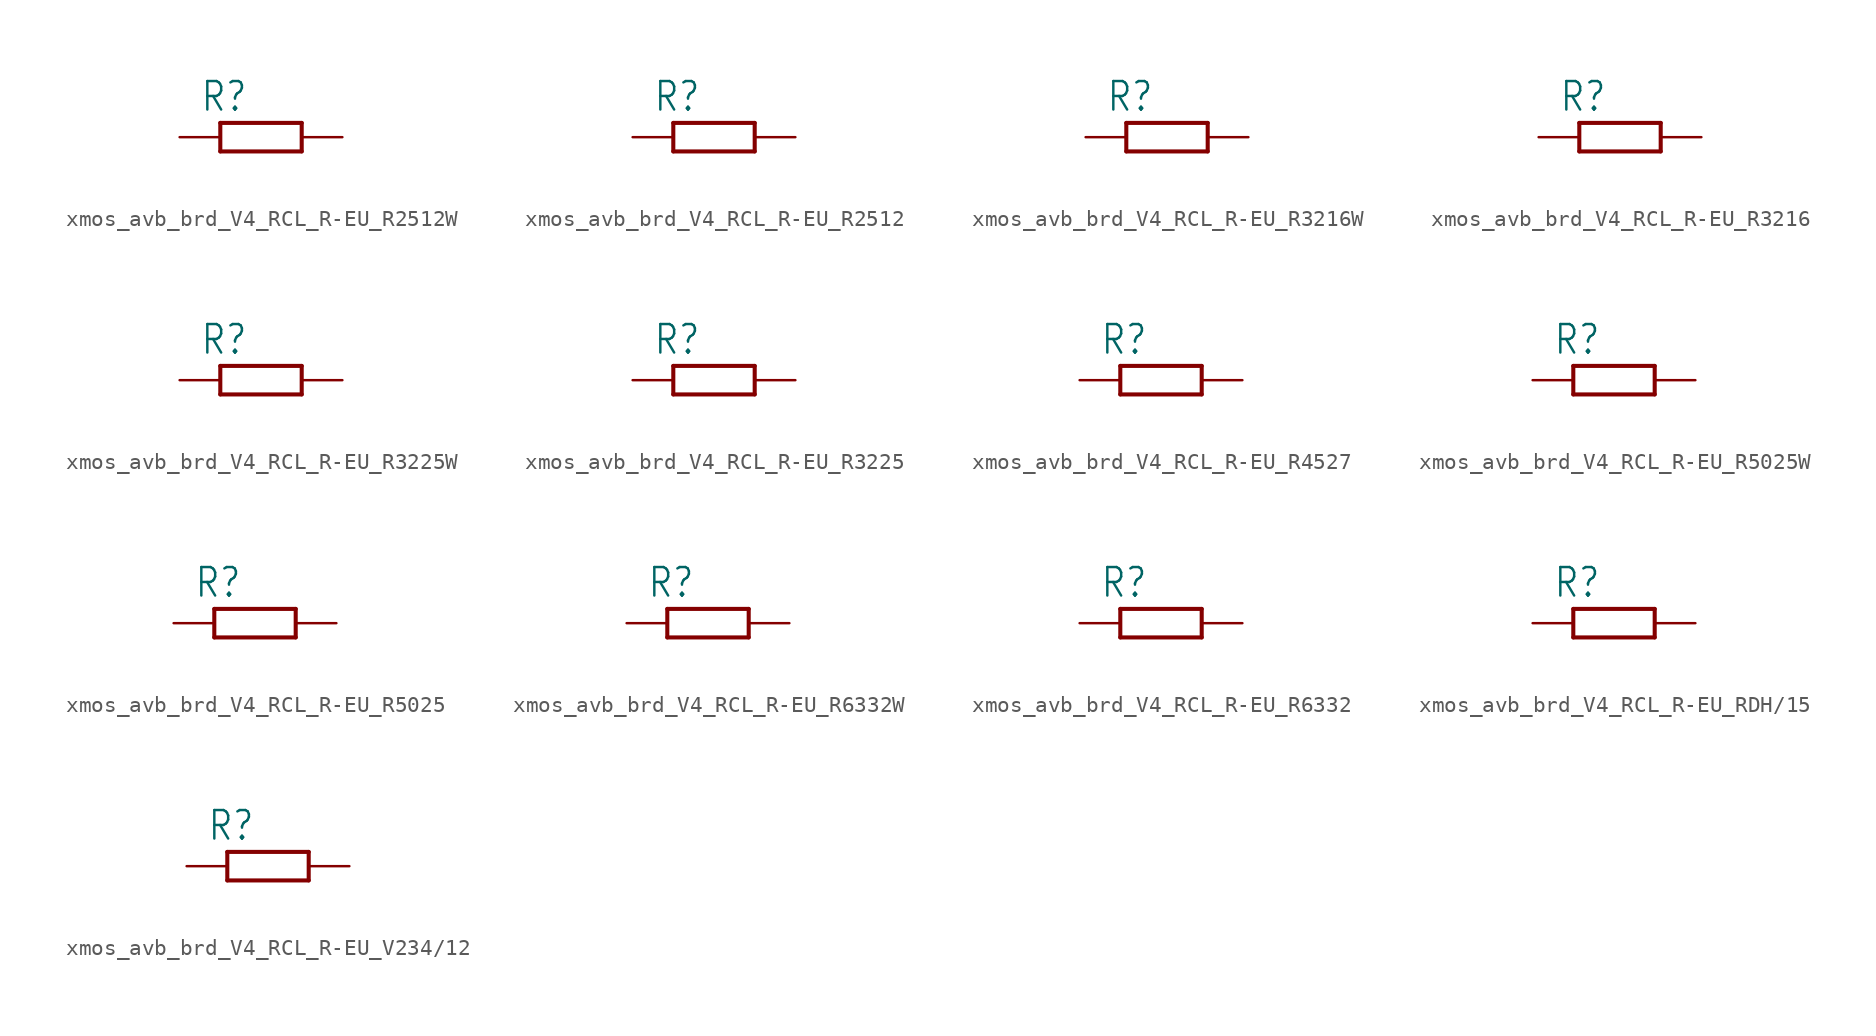
<source format=kicad_sym>
(kicad_symbol_lib
  (version 20241209)
  (generator "kicad_symbol_editor")
  (generator_version "9.0")
  (symbol "xmos_avb_brd_V4_RCL_R-EU_R2512W"
    (property "Reference" "R"
      (at -3.81 1.499 0)
      (effects (font (size 1.778 1.511)) (justify left bottom)))
    (property "Value" ""
      (at -3.81 -3.302 0)
      (effects (font (size 1.778 1.511)) (justify left bottom)))
    (property "ki_locked" ""
      (at 0 0 0)
      (effects (font (size 1.27 1.27))))
    (symbol "xmos_avb_brd_V4_RCL_R-EU_R2512W_1_0"
      (polyline (pts (xy -2.54 -0.889) (xy -2.54 0.889)) (stroke (width 0.254) (type solid)) (fill (type none)))
      (polyline (pts (xy -2.54 -0.889) (xy 2.54 -0.889)) (stroke (width 0.254) (type solid)) (fill (type none)))
      (polyline (pts (xy 2.54 0.889) (xy -2.54 0.889)) (stroke (width 0.254) (type solid)) (fill (type none)))
      (polyline (pts (xy 2.54 -0.889) (xy 2.54 0.889)) (stroke (width 0.254) (type solid)) (fill (type none)))
      (pin passive line (at -5.08 0 0) (length 2.54) (name "1" (effects (font (size 0 0)))) (number "1" (effects (font (size 0 0)))))
      (pin passive line (at 5.08 0 180) (length 2.54) (name "2" (effects (font (size 0 0)))) (number "2" (effects (font (size 0 0)))))))
  (symbol "xmos_avb_brd_V4_RCL_R-EU_R2512"
    (property "Reference" "R"
      (at -3.81 1.499 0)
      (effects (font (size 1.778 1.511)) (justify left bottom)))
    (property "Value" ""
      (at -3.81 -3.302 0)
      (effects (font (size 1.778 1.511)) (justify left bottom)))
    (property "ki_locked" ""
      (at 0 0 0)
      (effects (font (size 1.27 1.27))))
    (symbol "xmos_avb_brd_V4_RCL_R-EU_R2512_1_0"
      (polyline (pts (xy -2.54 -0.889) (xy -2.54 0.889)) (stroke (width 0.254) (type solid)) (fill (type none)))
      (polyline (pts (xy -2.54 -0.889) (xy 2.54 -0.889)) (stroke (width 0.254) (type solid)) (fill (type none)))
      (polyline (pts (xy 2.54 0.889) (xy -2.54 0.889)) (stroke (width 0.254) (type solid)) (fill (type none)))
      (polyline (pts (xy 2.54 -0.889) (xy 2.54 0.889)) (stroke (width 0.254) (type solid)) (fill (type none)))
      (pin passive line (at -5.08 0 0) (length 2.54) (name "1" (effects (font (size 0 0)))) (number "1" (effects (font (size 0 0)))))
      (pin passive line (at 5.08 0 180) (length 2.54) (name "2" (effects (font (size 0 0)))) (number "2" (effects (font (size 0 0)))))))
  (symbol "xmos_avb_brd_V4_RCL_R-EU_R3216W"
    (property "Reference" "R"
      (at -3.81 1.499 0)
      (effects (font (size 1.778 1.511)) (justify left bottom)))
    (property "Value" ""
      (at -3.81 -3.302 0)
      (effects (font (size 1.778 1.511)) (justify left bottom)))
    (property "ki_locked" ""
      (at 0 0 0)
      (effects (font (size 1.27 1.27))))
    (symbol "xmos_avb_brd_V4_RCL_R-EU_R3216W_1_0"
      (polyline (pts (xy -2.54 -0.889) (xy -2.54 0.889)) (stroke (width 0.254) (type solid)) (fill (type none)))
      (polyline (pts (xy -2.54 -0.889) (xy 2.54 -0.889)) (stroke (width 0.254) (type solid)) (fill (type none)))
      (polyline (pts (xy 2.54 0.889) (xy -2.54 0.889)) (stroke (width 0.254) (type solid)) (fill (type none)))
      (polyline (pts (xy 2.54 -0.889) (xy 2.54 0.889)) (stroke (width 0.254) (type solid)) (fill (type none)))
      (pin passive line (at -5.08 0 0) (length 2.54) (name "1" (effects (font (size 0 0)))) (number "1" (effects (font (size 0 0)))))
      (pin passive line (at 5.08 0 180) (length 2.54) (name "2" (effects (font (size 0 0)))) (number "2" (effects (font (size 0 0)))))))
  (symbol "xmos_avb_brd_V4_RCL_R-EU_R3216"
    (property "Reference" "R"
      (at -3.81 1.499 0)
      (effects (font (size 1.778 1.511)) (justify left bottom)))
    (property "Value" ""
      (at -3.81 -3.302 0)
      (effects (font (size 1.778 1.511)) (justify left bottom)))
    (property "ki_locked" ""
      (at 0 0 0)
      (effects (font (size 1.27 1.27))))
    (symbol "xmos_avb_brd_V4_RCL_R-EU_R3216_1_0"
      (polyline (pts (xy -2.54 -0.889) (xy -2.54 0.889)) (stroke (width 0.254) (type solid)) (fill (type none)))
      (polyline (pts (xy -2.54 -0.889) (xy 2.54 -0.889)) (stroke (width 0.254) (type solid)) (fill (type none)))
      (polyline (pts (xy 2.54 0.889) (xy -2.54 0.889)) (stroke (width 0.254) (type solid)) (fill (type none)))
      (polyline (pts (xy 2.54 -0.889) (xy 2.54 0.889)) (stroke (width 0.254) (type solid)) (fill (type none)))
      (pin passive line (at -5.08 0 0) (length 2.54) (name "1" (effects (font (size 0 0)))) (number "1" (effects (font (size 0 0)))))
      (pin passive line (at 5.08 0 180) (length 2.54) (name "2" (effects (font (size 0 0)))) (number "2" (effects (font (size 0 0)))))))
  (symbol "xmos_avb_brd_V4_RCL_R-EU_R3225W"
    (property "Reference" "R"
      (at -3.81 1.499 0)
      (effects (font (size 1.778 1.511)) (justify left bottom)))
    (property "Value" ""
      (at -3.81 -3.302 0)
      (effects (font (size 1.778 1.511)) (justify left bottom)))
    (property "ki_locked" ""
      (at 0 0 0)
      (effects (font (size 1.27 1.27))))
    (symbol "xmos_avb_brd_V4_RCL_R-EU_R3225W_1_0"
      (polyline (pts (xy -2.54 -0.889) (xy -2.54 0.889)) (stroke (width 0.254) (type solid)) (fill (type none)))
      (polyline (pts (xy -2.54 -0.889) (xy 2.54 -0.889)) (stroke (width 0.254) (type solid)) (fill (type none)))
      (polyline (pts (xy 2.54 0.889) (xy -2.54 0.889)) (stroke (width 0.254) (type solid)) (fill (type none)))
      (polyline (pts (xy 2.54 -0.889) (xy 2.54 0.889)) (stroke (width 0.254) (type solid)) (fill (type none)))
      (pin passive line (at -5.08 0 0) (length 2.54) (name "1" (effects (font (size 0 0)))) (number "1" (effects (font (size 0 0)))))
      (pin passive line (at 5.08 0 180) (length 2.54) (name "2" (effects (font (size 0 0)))) (number "2" (effects (font (size 0 0)))))))
  (symbol "xmos_avb_brd_V4_RCL_R-EU_R3225"
    (property "Reference" "R"
      (at -3.81 1.499 0)
      (effects (font (size 1.778 1.511)) (justify left bottom)))
    (property "Value" ""
      (at -3.81 -3.302 0)
      (effects (font (size 1.778 1.511)) (justify left bottom)))
    (property "ki_locked" ""
      (at 0 0 0)
      (effects (font (size 1.27 1.27))))
    (symbol "xmos_avb_brd_V4_RCL_R-EU_R3225_1_0"
      (polyline (pts (xy -2.54 -0.889) (xy -2.54 0.889)) (stroke (width 0.254) (type solid)) (fill (type none)))
      (polyline (pts (xy -2.54 -0.889) (xy 2.54 -0.889)) (stroke (width 0.254) (type solid)) (fill (type none)))
      (polyline (pts (xy 2.54 0.889) (xy -2.54 0.889)) (stroke (width 0.254) (type solid)) (fill (type none)))
      (polyline (pts (xy 2.54 -0.889) (xy 2.54 0.889)) (stroke (width 0.254) (type solid)) (fill (type none)))
      (pin passive line (at -5.08 0 0) (length 2.54) (name "1" (effects (font (size 0 0)))) (number "1" (effects (font (size 0 0)))))
      (pin passive line (at 5.08 0 180) (length 2.54) (name "2" (effects (font (size 0 0)))) (number "2" (effects (font (size 0 0)))))))
  (symbol "xmos_avb_brd_V4_RCL_R-EU_R4527"
    (property "Reference" "R"
      (at -3.81 1.499 0)
      (effects (font (size 1.778 1.511)) (justify left bottom)))
    (property "Value" ""
      (at -3.81 -3.302 0)
      (effects (font (size 1.778 1.511)) (justify left bottom)))
    (property "ki_locked" ""
      (at 0 0 0)
      (effects (font (size 1.27 1.27))))
    (symbol "xmos_avb_brd_V4_RCL_R-EU_R4527_1_0"
      (polyline (pts (xy -2.54 -0.889) (xy -2.54 0.889)) (stroke (width 0.254) (type solid)) (fill (type none)))
      (polyline (pts (xy -2.54 -0.889) (xy 2.54 -0.889)) (stroke (width 0.254) (type solid)) (fill (type none)))
      (polyline (pts (xy 2.54 0.889) (xy -2.54 0.889)) (stroke (width 0.254) (type solid)) (fill (type none)))
      (polyline (pts (xy 2.54 -0.889) (xy 2.54 0.889)) (stroke (width 0.254) (type solid)) (fill (type none)))
      (pin passive line (at -5.08 0 0) (length 2.54) (name "1" (effects (font (size 0 0)))) (number "1" (effects (font (size 0 0)))))
      (pin passive line (at 5.08 0 180) (length 2.54) (name "2" (effects (font (size 0 0)))) (number "2" (effects (font (size 0 0)))))))
  (symbol "xmos_avb_brd_V4_RCL_R-EU_R5025W"
    (property "Reference" "R"
      (at -3.81 1.499 0)
      (effects (font (size 1.778 1.511)) (justify left bottom)))
    (property "Value" ""
      (at -3.81 -3.302 0)
      (effects (font (size 1.778 1.511)) (justify left bottom)))
    (property "ki_locked" ""
      (at 0 0 0)
      (effects (font (size 1.27 1.27))))
    (symbol "xmos_avb_brd_V4_RCL_R-EU_R5025W_1_0"
      (polyline (pts (xy -2.54 -0.889) (xy -2.54 0.889)) (stroke (width 0.254) (type solid)) (fill (type none)))
      (polyline (pts (xy -2.54 -0.889) (xy 2.54 -0.889)) (stroke (width 0.254) (type solid)) (fill (type none)))
      (polyline (pts (xy 2.54 0.889) (xy -2.54 0.889)) (stroke (width 0.254) (type solid)) (fill (type none)))
      (polyline (pts (xy 2.54 -0.889) (xy 2.54 0.889)) (stroke (width 0.254) (type solid)) (fill (type none)))
      (pin passive line (at -5.08 0 0) (length 2.54) (name "1" (effects (font (size 0 0)))) (number "1" (effects (font (size 0 0)))))
      (pin passive line (at 5.08 0 180) (length 2.54) (name "2" (effects (font (size 0 0)))) (number "2" (effects (font (size 0 0)))))))
  (symbol "xmos_avb_brd_V4_RCL_R-EU_R5025"
    (property "Reference" "R"
      (at -3.81 1.499 0)
      (effects (font (size 1.778 1.511)) (justify left bottom)))
    (property "Value" ""
      (at -3.81 -3.302 0)
      (effects (font (size 1.778 1.511)) (justify left bottom)))
    (property "ki_locked" ""
      (at 0 0 0)
      (effects (font (size 1.27 1.27))))
    (symbol "xmos_avb_brd_V4_RCL_R-EU_R5025_1_0"
      (polyline (pts (xy -2.54 -0.889) (xy -2.54 0.889)) (stroke (width 0.254) (type solid)) (fill (type none)))
      (polyline (pts (xy -2.54 -0.889) (xy 2.54 -0.889)) (stroke (width 0.254) (type solid)) (fill (type none)))
      (polyline (pts (xy 2.54 0.889) (xy -2.54 0.889)) (stroke (width 0.254) (type solid)) (fill (type none)))
      (polyline (pts (xy 2.54 -0.889) (xy 2.54 0.889)) (stroke (width 0.254) (type solid)) (fill (type none)))
      (pin passive line (at -5.08 0 0) (length 2.54) (name "1" (effects (font (size 0 0)))) (number "1" (effects (font (size 0 0)))))
      (pin passive line (at 5.08 0 180) (length 2.54) (name "2" (effects (font (size 0 0)))) (number "2" (effects (font (size 0 0)))))))
  (symbol "xmos_avb_brd_V4_RCL_R-EU_R6332W"
    (property "Reference" "R"
      (at -3.81 1.499 0)
      (effects (font (size 1.778 1.511)) (justify left bottom)))
    (property "Value" ""
      (at -3.81 -3.302 0)
      (effects (font (size 1.778 1.511)) (justify left bottom)))
    (property "ki_locked" ""
      (at 0 0 0)
      (effects (font (size 1.27 1.27))))
    (symbol "xmos_avb_brd_V4_RCL_R-EU_R6332W_1_0"
      (polyline (pts (xy -2.54 -0.889) (xy -2.54 0.889)) (stroke (width 0.254) (type solid)) (fill (type none)))
      (polyline (pts (xy -2.54 -0.889) (xy 2.54 -0.889)) (stroke (width 0.254) (type solid)) (fill (type none)))
      (polyline (pts (xy 2.54 0.889) (xy -2.54 0.889)) (stroke (width 0.254) (type solid)) (fill (type none)))
      (polyline (pts (xy 2.54 -0.889) (xy 2.54 0.889)) (stroke (width 0.254) (type solid)) (fill (type none)))
      (pin passive line (at -5.08 0 0) (length 2.54) (name "1" (effects (font (size 0 0)))) (number "1" (effects (font (size 0 0)))))
      (pin passive line (at 5.08 0 180) (length 2.54) (name "2" (effects (font (size 0 0)))) (number "2" (effects (font (size 0 0)))))))
  (symbol "xmos_avb_brd_V4_RCL_R-EU_R6332"
    (property "Reference" "R"
      (at -3.81 1.499 0)
      (effects (font (size 1.778 1.511)) (justify left bottom)))
    (property "Value" ""
      (at -3.81 -3.302 0)
      (effects (font (size 1.778 1.511)) (justify left bottom)))
    (property "ki_locked" ""
      (at 0 0 0)
      (effects (font (size 1.27 1.27))))
    (symbol "xmos_avb_brd_V4_RCL_R-EU_R6332_1_0"
      (polyline (pts (xy -2.54 -0.889) (xy -2.54 0.889)) (stroke (width 0.254) (type solid)) (fill (type none)))
      (polyline (pts (xy -2.54 -0.889) (xy 2.54 -0.889)) (stroke (width 0.254) (type solid)) (fill (type none)))
      (polyline (pts (xy 2.54 0.889) (xy -2.54 0.889)) (stroke (width 0.254) (type solid)) (fill (type none)))
      (polyline (pts (xy 2.54 -0.889) (xy 2.54 0.889)) (stroke (width 0.254) (type solid)) (fill (type none)))
      (pin passive line (at -5.08 0 0) (length 2.54) (name "1" (effects (font (size 0 0)))) (number "1" (effects (font (size 0 0)))))
      (pin passive line (at 5.08 0 180) (length 2.54) (name "2" (effects (font (size 0 0)))) (number "2" (effects (font (size 0 0)))))))
  (symbol "xmos_avb_brd_V4_RCL_R-EU_RDH/15"
    (property "Reference" "R"
      (at -3.81 1.499 0)
      (effects (font (size 1.778 1.511)) (justify left bottom)))
    (property "Value" ""
      (at -3.81 -3.302 0)
      (effects (font (size 1.778 1.511)) (justify left bottom)))
    (property "ki_locked" ""
      (at 0 0 0)
      (effects (font (size 1.27 1.27))))
    (symbol "xmos_avb_brd_V4_RCL_R-EU_RDH/15_1_0"
      (polyline (pts (xy -2.54 -0.889) (xy -2.54 0.889)) (stroke (width 0.254) (type solid)) (fill (type none)))
      (polyline (pts (xy -2.54 -0.889) (xy 2.54 -0.889)) (stroke (width 0.254) (type solid)) (fill (type none)))
      (polyline (pts (xy 2.54 0.889) (xy -2.54 0.889)) (stroke (width 0.254) (type solid)) (fill (type none)))
      (polyline (pts (xy 2.54 -0.889) (xy 2.54 0.889)) (stroke (width 0.254) (type solid)) (fill (type none)))
      (pin passive line (at -5.08 0 0) (length 2.54) (name "1" (effects (font (size 0 0)))) (number "1" (effects (font (size 0 0)))))
      (pin passive line (at 5.08 0 180) (length 2.54) (name "2" (effects (font (size 0 0)))) (number "2" (effects (font (size 0 0)))))))
  (symbol "xmos_avb_brd_V4_RCL_R-EU_V234/12"
    (property "Reference" "R"
      (at -3.81 1.499 0)
      (effects (font (size 1.778 1.511)) (justify left bottom)))
    (property "Value" ""
      (at -3.81 -3.302 0)
      (effects (font (size 1.778 1.511)) (justify left bottom)))
    (property "ki_locked" ""
      (at 0 0 0)
      (effects (font (size 1.27 1.27))))
    (symbol "xmos_avb_brd_V4_RCL_R-EU_V234/12_1_0"
      (polyline (pts (xy -2.54 -0.889) (xy -2.54 0.889)) (stroke (width 0.254) (type solid)) (fill (type none)))
      (polyline (pts (xy -2.54 -0.889) (xy 2.54 -0.889)) (stroke (width 0.254) (type solid)) (fill (type none)))
      (polyline (pts (xy 2.54 0.889) (xy -2.54 0.889)) (stroke (width 0.254) (type solid)) (fill (type none)))
      (polyline (pts (xy 2.54 -0.889) (xy 2.54 0.889)) (stroke (width 0.254) (type solid)) (fill (type none)))
      (pin passive line (at -5.08 0 0) (length 2.54) (name "1" (effects (font (size 0 0)))) (number "1" (effects (font (size 0 0)))))
      (pin passive line (at 5.08 0 180) (length 2.54) (name "2" (effects (font (size 0 0)))) (number "2" (effects (font (size 0 0))))))))
</source>
